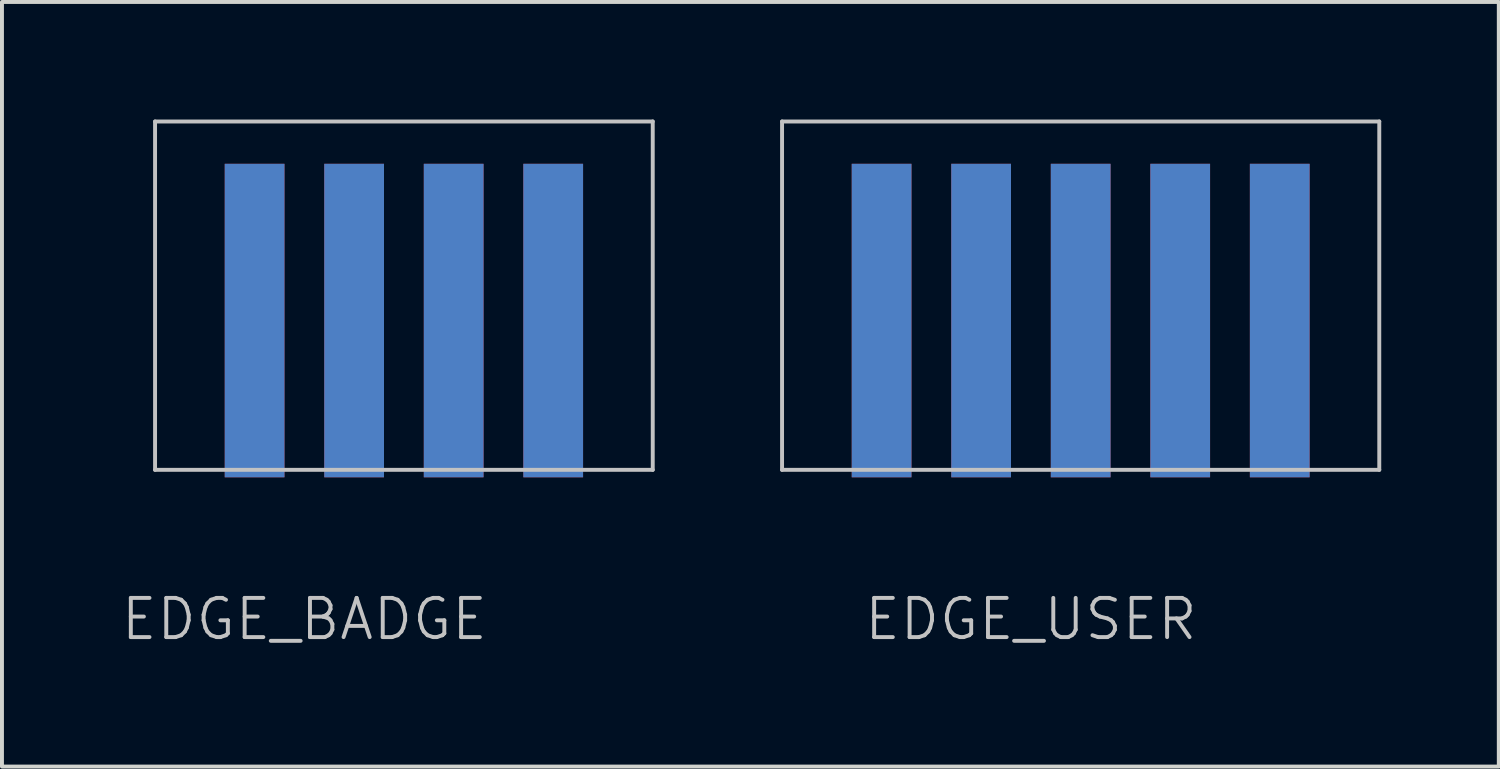
<source format=kicad_pcb>
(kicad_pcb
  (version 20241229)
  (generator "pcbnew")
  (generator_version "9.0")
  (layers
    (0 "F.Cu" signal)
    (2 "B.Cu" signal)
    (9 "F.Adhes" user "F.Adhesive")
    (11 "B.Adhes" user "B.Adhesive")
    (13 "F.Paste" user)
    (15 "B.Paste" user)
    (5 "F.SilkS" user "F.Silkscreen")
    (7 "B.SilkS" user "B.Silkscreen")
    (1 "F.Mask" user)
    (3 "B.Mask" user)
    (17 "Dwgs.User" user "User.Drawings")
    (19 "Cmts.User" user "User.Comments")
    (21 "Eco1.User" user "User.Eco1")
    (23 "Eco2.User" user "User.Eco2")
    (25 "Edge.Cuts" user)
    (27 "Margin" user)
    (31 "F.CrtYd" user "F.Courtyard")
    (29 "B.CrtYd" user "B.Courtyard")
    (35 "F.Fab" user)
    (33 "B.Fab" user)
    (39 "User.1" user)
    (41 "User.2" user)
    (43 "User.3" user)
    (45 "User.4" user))
  (footprint "EDGE_USER"
    (layer "F.Cu")
    (at 16.907 8.94)
    (property "Reference" "EDGE_USER" (at 6.35 3.81 0) (unlocked yes) (layer "Dwgs.User") (effects (font (size 1 1) (thickness 0.1))))
    (attr smd)
    (fp_poly (pts (xy 0 -7.62) (xy 15.24 -7.62) (xy 15.24 0) (xy 0 0)) (stroke (width 0.1) (type solid)) (fill yes) (layer "F.Mask"))
    (fp_poly (pts (xy 0 -7.62) (xy 15.24 -7.62) (xy 15.24 0) (xy 0 0)) (stroke (width 0.1) (type solid)) (fill yes) (layer "B.Mask"))
    (fp_line (start 0 -8.89) (end 15.24 -8.89) (stroke (width 0.1) (type default)) (layer "Dwgs.User"))
    (fp_line (start 0 0) (end 0 -8.89) (stroke (width 0.1) (type default)) (layer "Dwgs.User"))
    (fp_line (start 0 0) (end 15.24 0) (stroke (width 0.1) (type default)) (layer "Dwgs.User"))
    (fp_line (start 15.24 -8.89) (end 15.24 0) (stroke (width 0.1) (type default)) (layer "Dwgs.User"))
    (pad "A1" smd rect (at 2.54 -3.81) (size 1.524 8) (layers "F.Cu" "F.Mask" "F.Paste"))
    (pad "A2" smd rect (at 5.08 -3.81) (size 1.524 8) (layers "F.Cu" "F.Mask" "F.Paste"))
    (pad "A3" smd rect (at 7.62 -3.81) (size 1.524 8) (layers "F.Cu" "F.Mask" "F.Paste"))
    (pad "A4" smd rect (at 10.16 -3.81) (size 1.524 8) (layers "F.Cu" "F.Mask" "F.Paste"))
    (pad "A5" smd rect (at 12.7 -3.81) (size 1.524 8) (layers "F.Cu" "F.Mask" "F.Paste"))
    (pad "B1" smd rect (at 2.54 -3.81) (size 1.524 8) (layers "B.Cu" "B.Mask" "B.Paste"))
    (pad "B2" smd rect (at 5.08 -3.81) (size 1.524 8) (layers "B.Cu" "B.Mask" "B.Paste"))
    (pad "B3" smd rect (at 7.62 -3.81) (size 1.524 8) (layers "B.Cu" "B.Mask" "B.Paste"))
    (pad "B4" smd rect (at 10.16 -3.81) (size 1.524 8) (layers "B.Cu" "B.Mask" "B.Paste"))
    (pad "B5" smd rect (at 12.7 -3.81) (size 1.524 8) (layers "B.Cu" "B.Mask" "B.Paste")))
  (footprint "EDGE_BADGE"
    (layer "F.Cu")
    (at 0.907 8.94)
    (property "Reference" "EDGE_BADGE" (at 3.81 3.81 0) (unlocked yes) (layer "Dwgs.User") (effects (font (size 1 1) (thickness 0.1))))
    (attr smd)
    (fp_poly (pts (xy 0 -7.62) (xy 12.7 -7.62) (xy 12.7 0) (xy 0 0)) (stroke (width 0.1) (type solid)) (fill yes) (layer "F.Mask"))
    (fp_poly (pts (xy 0 -7.62) (xy 12.7 -7.62) (xy 12.7 0) (xy 0 0)) (stroke (width 0.1) (type solid)) (fill yes) (layer "B.Mask"))
    (fp_line (start 0 -8.89) (end 12.7 -8.89) (stroke (width 0.1) (type default)) (layer "Dwgs.User"))
    (fp_line (start 0 0) (end 0 -8.89) (stroke (width 0.1) (type default)) (layer "Dwgs.User"))
    (fp_line (start 0 0) (end 12.7 0) (stroke (width 0.1) (type default)) (layer "Dwgs.User"))
    (fp_line (start 12.7 -8.89) (end 12.7 0) (stroke (width 0.1) (type default)) (layer "Dwgs.User"))
    (pad "A1" smd rect (at 2.54 -3.81) (size 1.524 8) (layers "F.Cu" "F.Mask" "F.Paste"))
    (pad "A2" smd rect (at 5.08 -3.81) (size 1.524 8) (layers "F.Cu" "F.Mask" "F.Paste"))
    (pad "A3" smd rect (at 7.62 -3.81) (size 1.524 8) (layers "F.Cu" "F.Mask" "F.Paste"))
    (pad "A4" smd rect (at 10.16 -3.81) (size 1.524 8) (layers "F.Cu" "F.Mask" "F.Paste"))
    (pad "B1" smd rect (at 2.54 -3.81) (size 1.524 8) (layers "B.Cu" "B.Mask" "B.Paste"))
    (pad "B2" smd rect (at 5.08 -3.81) (size 1.524 8) (layers "B.Cu" "B.Mask" "B.Paste"))
    (pad "B3" smd rect (at 7.62 -3.81) (size 1.524 8) (layers "B.Cu" "B.Mask" "B.Paste"))
    (pad "B4" smd rect (at 10.16 -3.81) (size 1.524 8) (layers "B.Cu" "B.Mask" "B.Paste")))
  (gr_rect
    (start -3 -3)
    (end 35.197 16.511)
    (stroke (width 0.1) (type default))
    (fill no)
    (layer "Edge.Cuts")))
</source>
